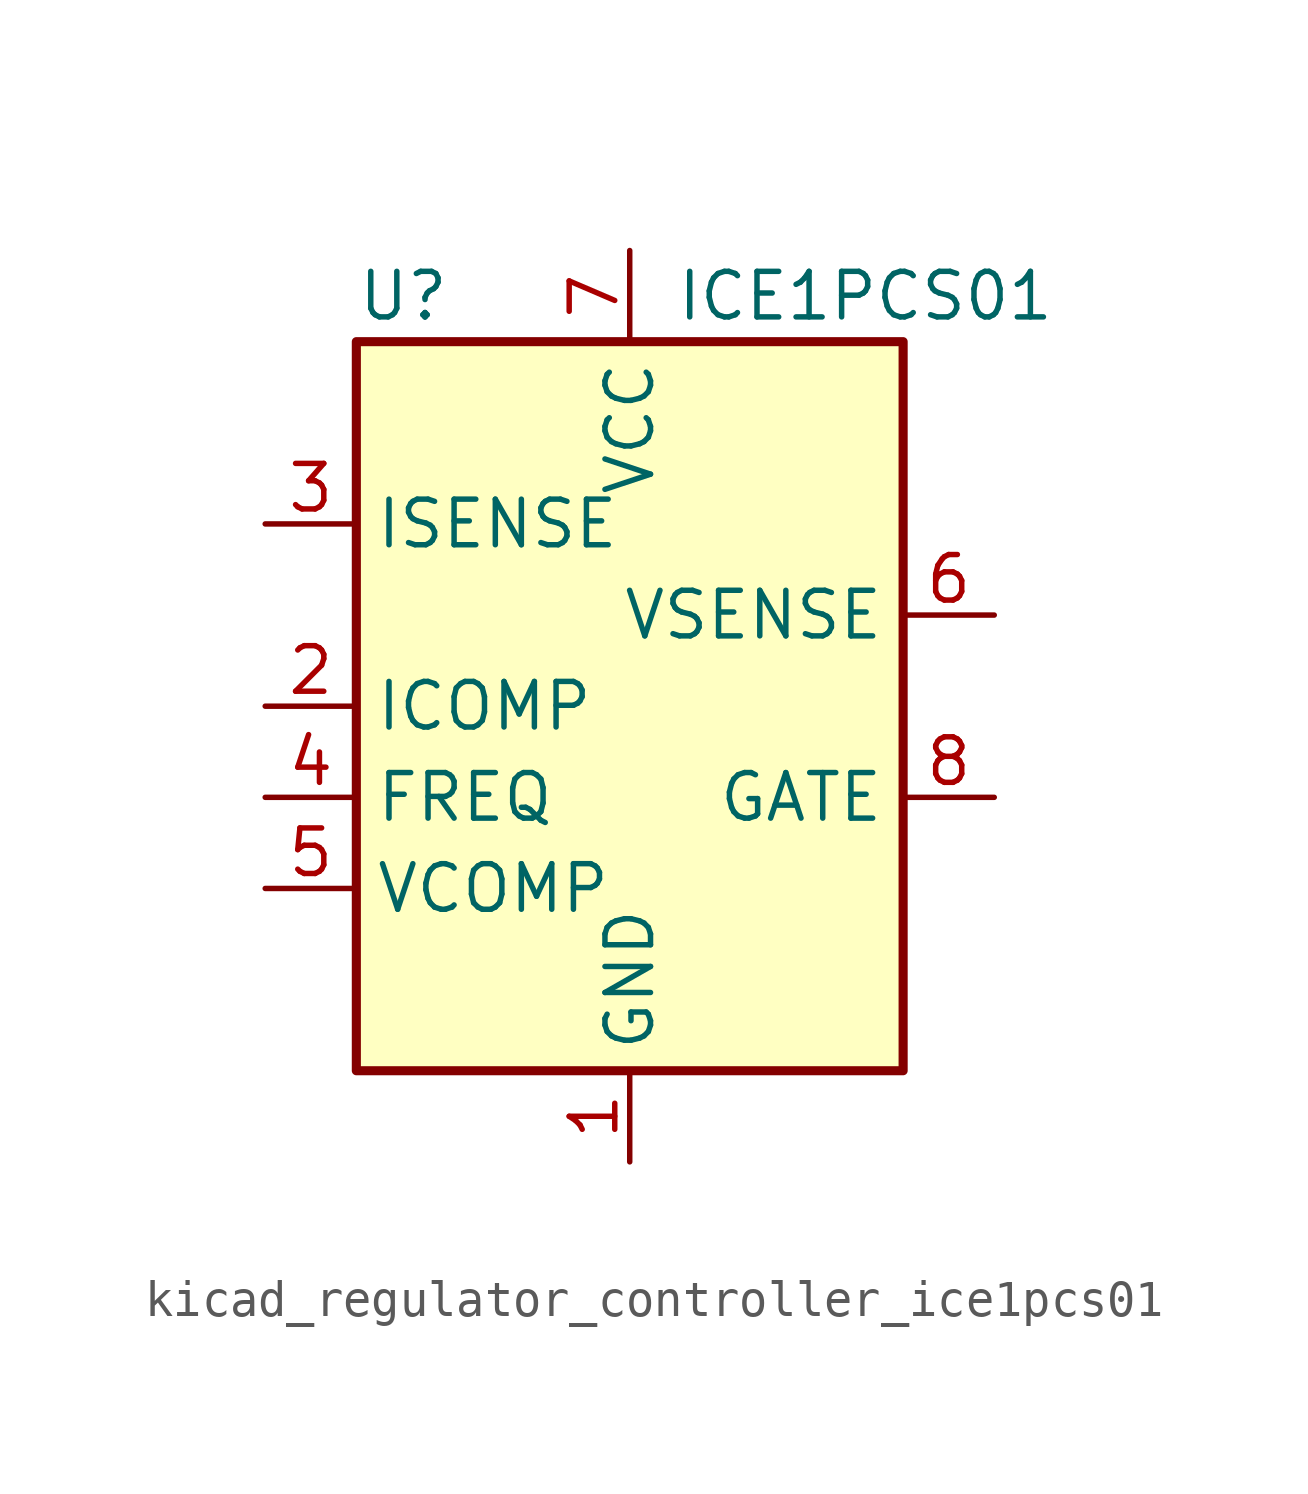
<source format=kicad_sym>
(kicad_symbol_lib
  (version 20220914)
  (generator kicad_symbol_editor)
  (symbol "kicad_regulator_controller_ice1pcs01"
    (property "Reference" "U"
      (at -7.62 11.43 0)
      (effects (font (size 1.27 1.27)) (justify left)))
    (property "Value" "ICE1PCS01"
      (at 1.27 11.43 0)
      (effects (font (size 1.27 1.27)) (justify left)))
    (symbol "kicad_regulator_controller_ice1pcs01_0_0"
      (rectangle (start -7.62 10.16) (end 7.62 -10.16) (stroke (width 0.254) (type default)) (fill (type background))))
    (symbol "kicad_regulator_controller_ice1pcs01_1_1"
      (pin power_in line (at 0 -12.7 90) (length 2.54) (name "GND" (effects (font (size 1.27 1.27)))) (number "1" (effects (font (size 1.27 1.27)))))
      (pin passive line (at -10.16 0 0) (length 2.54) (name "ICOMP" (effects (font (size 1.27 1.27)))) (number "2" (effects (font (size 1.27 1.27)))))
      (pin input line (at -10.16 5.08 0) (length 2.54) (name "ISENSE" (effects (font (size 1.27 1.27)))) (number "3" (effects (font (size 1.27 1.27)))))
      (pin passive line (at -10.16 -2.54 0) (length 2.54) (name "FREQ" (effects (font (size 1.27 1.27)))) (number "4" (effects (font (size 1.27 1.27)))))
      (pin passive line (at -10.16 -5.08 0) (length 2.54) (name "VCOMP" (effects (font (size 1.27 1.27)))) (number "5" (effects (font (size 1.27 1.27)))))
      (pin input line (at 10.16 2.54 180) (length 2.54) (name "VSENSE" (effects (font (size 1.27 1.27)))) (number "6" (effects (font (size 1.27 1.27)))))
      (pin power_in line (at 0 12.7 270) (length 2.54) (name "VCC" (effects (font (size 1.27 1.27)))) (number "7" (effects (font (size 1.27 1.27)))))
      (pin output line (at 10.16 -2.54 180) (length 2.54) (name "GATE" (effects (font (size 1.27 1.27)))) (number "8" (effects (font (size 1.27 1.27))))))))
</source>
